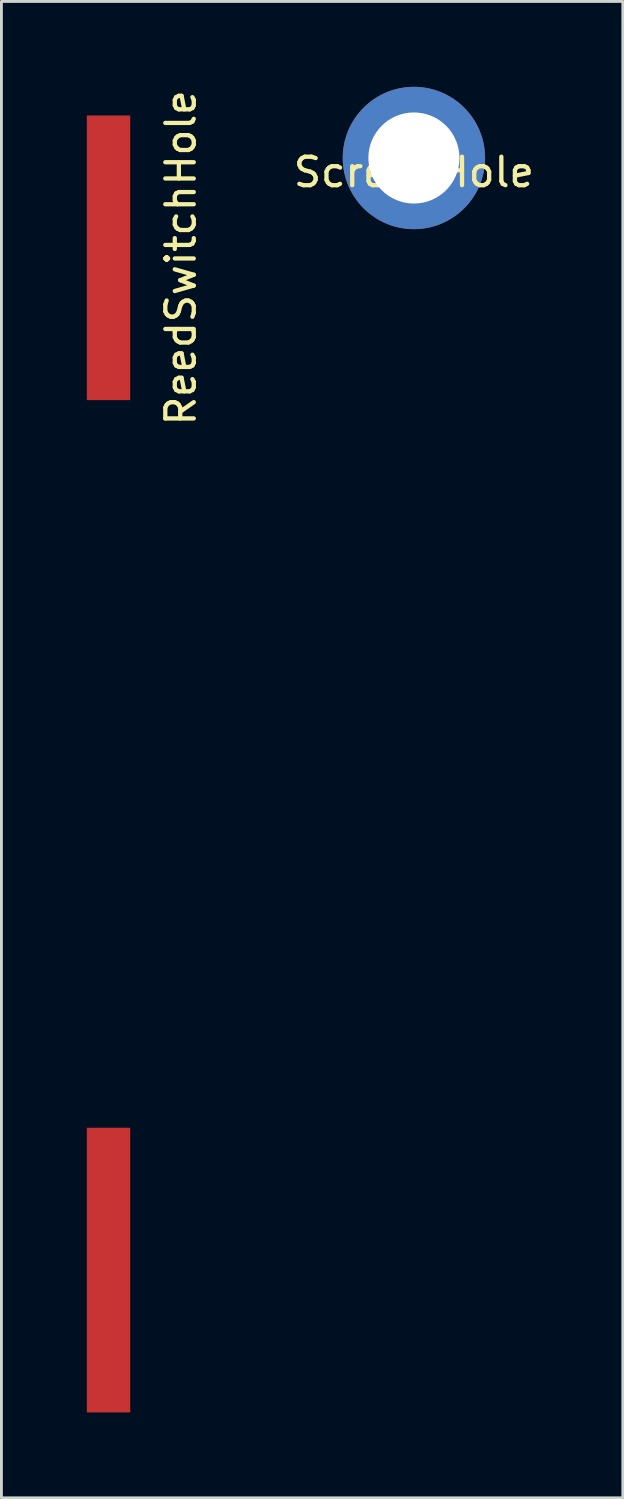
<source format=kicad_pcb>
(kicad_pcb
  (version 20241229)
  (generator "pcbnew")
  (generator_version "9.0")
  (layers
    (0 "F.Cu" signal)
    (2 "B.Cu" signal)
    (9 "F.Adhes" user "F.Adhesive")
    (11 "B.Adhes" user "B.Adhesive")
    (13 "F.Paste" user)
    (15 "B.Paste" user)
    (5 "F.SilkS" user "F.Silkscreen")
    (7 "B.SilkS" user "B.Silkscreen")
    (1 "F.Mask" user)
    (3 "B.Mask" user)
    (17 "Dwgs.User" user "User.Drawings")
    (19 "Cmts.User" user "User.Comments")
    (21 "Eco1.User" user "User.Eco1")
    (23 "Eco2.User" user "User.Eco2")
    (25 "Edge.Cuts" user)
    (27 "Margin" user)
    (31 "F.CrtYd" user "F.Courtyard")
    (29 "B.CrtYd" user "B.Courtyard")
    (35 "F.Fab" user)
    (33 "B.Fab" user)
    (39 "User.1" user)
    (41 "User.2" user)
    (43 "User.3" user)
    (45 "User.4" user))
  (footprint "ReedSwitchHole"
    (layer "F.Cu")
    (at 0.762 23.786)
    (property "Reference" "ReedSwitchHole" (at 2.54 -17.78 90) (layer "F.SilkS") (effects (font (size 1 1) (thickness 0.15))))
    (attr through_hole)
    (pad "1" smd rect (at 0 -17.78) (size 1.524 10) (layers "F.Cu" "F.Mask"))
    (pad "2" smd rect (at 0 17.78) (size 1.524 10) (layers "F.Cu" "F.Mask")))
  (footprint "Screw_Hole"
    (layer "F.Cu")
    (at 11.49 2.5)
    (property "Reference" "Screw_Hole" (at 0 0.5 0) (layer "F.SilkS") (effects (font (size 1 1) (thickness 0.15))))
    (attr through_hole)
    (pad "1" thru_hole circle (at 0 0) (size 5 5) (drill 3.2) (layers "*.Cu" "*.Mask")))
  (gr_rect
    (start -3 -3)
    (end 18.829 49.566)
    (stroke (width 0.1) (type default))
    (fill no)
    (layer "Edge.Cuts")))
</source>
